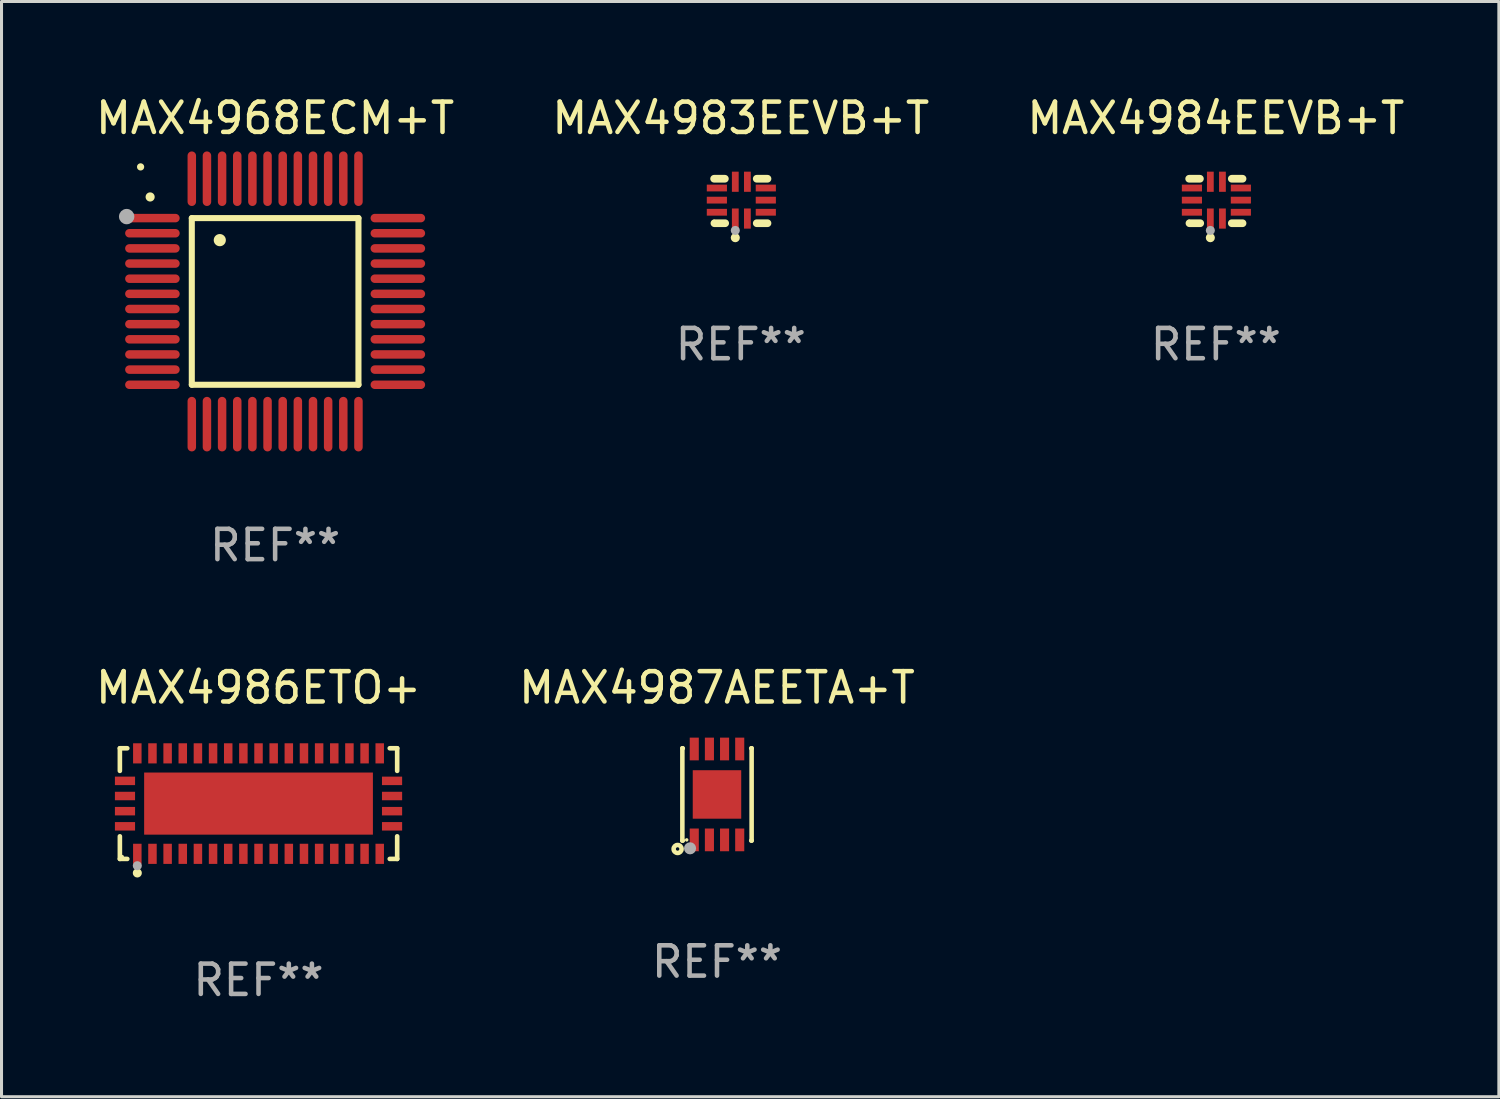
<source format=kicad_pcb>
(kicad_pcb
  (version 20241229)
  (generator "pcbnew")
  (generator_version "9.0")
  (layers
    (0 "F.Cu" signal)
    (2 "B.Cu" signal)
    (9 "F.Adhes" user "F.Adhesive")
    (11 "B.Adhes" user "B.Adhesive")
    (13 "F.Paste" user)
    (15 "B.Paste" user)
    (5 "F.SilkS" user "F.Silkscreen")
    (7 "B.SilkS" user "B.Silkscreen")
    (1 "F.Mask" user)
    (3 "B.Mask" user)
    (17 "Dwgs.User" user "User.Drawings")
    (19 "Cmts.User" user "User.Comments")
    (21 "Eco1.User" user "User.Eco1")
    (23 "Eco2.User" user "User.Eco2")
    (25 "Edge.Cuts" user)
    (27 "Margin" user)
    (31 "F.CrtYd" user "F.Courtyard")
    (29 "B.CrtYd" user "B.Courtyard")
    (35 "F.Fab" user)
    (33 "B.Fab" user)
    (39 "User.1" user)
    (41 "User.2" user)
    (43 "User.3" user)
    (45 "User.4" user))
  (footprint "MAX4983EEVB+T"
    (layer "F.Cu")
    (at 21.399 3.583)
    (property "Reference" "MAX4983EEVB+T" (at 0 -2.734 0) (layer "F.SilkS") (effects (font (size 1 1) (thickness 0.15))))
    (attr through_hole)
    (fp_line (start -0.881 -0.734) (end -0.526 -0.734) (stroke (width 0.254) (type solid)) (layer "F.SilkS"))
    (fp_line (start -0.871 0.734) (end -0.516 0.734) (stroke (width 0.254) (type solid)) (layer "F.SilkS"))
    (fp_line (start 0.526 -0.734) (end 0.881 -0.734) (stroke (width 0.254) (type solid)) (layer "F.SilkS"))
    (fp_line (start 0.526 0.734) (end 0.881 0.734) (stroke (width 0.254) (type solid)) (layer "F.SilkS"))
    (fp_circle (center -0.882 0.672) (end -0.852 0.672) (stroke (width 0.06) (type solid)) (fill no) (layer "F.SilkS"))
    (fp_circle (center -0.182 1.212) (end -0.107 1.212) (stroke (width 0.15) (type solid)) (fill no) (layer "F.SilkS"))
    (fp_circle (center -0.182 0.972) (end -0.107 0.972) (stroke (width 0.15) (type solid)) (fill no) (layer "F.Fab"))
    (fp_text user "REF**" (at 0 4.734 0) (layer "F.Fab") (effects (font (size 1 1) (thickness 0.15))))
    (pad "1" smd rect (at -0.182 0.58) (size 0.224 0.665) (layers "F.Cu" "F.Mask" "F.Paste"))
    (pad "2" smd rect (at 0.217 0.58) (size 0.224 0.665) (layers "F.Cu" "F.Mask" "F.Paste"))
    (pad "3" smd rect (at 0.825 0.372) (size 0.665 0.224) (layers "F.Cu" "F.Mask" "F.Paste"))
    (pad "4" smd rect (at 0.825 -0.028) (size 0.665 0.224) (layers "F.Cu" "F.Mask" "F.Paste"))
    (pad "5" smd rect (at 0.825 -0.428) (size 0.665 0.224) (layers "F.Cu" "F.Mask" "F.Paste"))
    (pad "6" smd rect (at 0.217 -0.635) (size 0.224 0.665) (layers "F.Cu" "F.Mask" "F.Paste"))
    (pad "7" smd rect (at -0.182 -0.635) (size 0.224 0.665) (layers "F.Cu" "F.Mask" "F.Paste"))
    (pad "8" smd rect (at -0.79 -0.428) (size 0.665 0.224) (layers "F.Cu" "F.Mask" "F.Paste"))
    (pad "9" smd rect (at -0.79 -0.028) (size 0.665 0.224) (layers "F.Cu" "F.Mask" "F.Paste"))
    (pad "10" smd rect (at -0.79 0.372) (size 0.665 0.224) (layers "F.Cu" "F.Mask" "F.Paste")))
  (footprint "MAX4986ETO+"
    (layer "F.Cu")
    (at 5.482 23.471)
    (property "Reference" "MAX4986ETO+" (at 0 -3.826 0) (layer "F.SilkS") (effects (font (size 1 1) (thickness 0.15))))
    (attr through_hole)
    (fp_line (start -4.576 -1.826) (end -4.331 -1.826) (stroke (width 0.152) (type solid)) (layer "F.SilkS"))
    (fp_line (start -4.576 -1.08) (end -4.576 -1.826) (stroke (width 0.152) (type solid)) (layer "F.SilkS"))
    (fp_line (start -4.576 1.08) (end -4.576 1.826) (stroke (width 0.152) (type solid)) (layer "F.SilkS"))
    (fp_line (start -4.576 1.826) (end -4.331 1.826) (stroke (width 0.152) (type solid)) (layer "F.SilkS"))
    (fp_line (start 4.576 -1.826) (end 4.331 -1.826) (stroke (width 0.152) (type solid)) (layer "F.SilkS"))
    (fp_line (start 4.576 -1.08) (end 4.576 -1.826) (stroke (width 0.152) (type solid)) (layer "F.SilkS"))
    (fp_line (start 4.576 1.08) (end 4.576 1.826) (stroke (width 0.152) (type solid)) (layer "F.SilkS"))
    (fp_line (start 4.576 1.826) (end 4.331 1.826) (stroke (width 0.152) (type solid)) (layer "F.SilkS"))
    (fp_circle (center -4.5 1.75) (end -4.47 1.75) (stroke (width 0.06) (type solid)) (fill no) (layer "F.SilkS"))
    (fp_circle (center -4 2.29) (end -3.925 2.29) (stroke (width 0.15) (type solid)) (fill no) (layer "F.SilkS"))
    (fp_circle (center -4 2.05) (end -3.925 2.05) (stroke (width 0.15) (type solid)) (fill no) (layer "F.Fab"))
    (fp_text user "REF**" (at 0 5.826 0) (layer "F.Fab") (effects (font (size 1 1) (thickness 0.15))))
    (pad "1" smd rect (at -4 1.658) (size 0.28 0.665) (layers "F.Cu" "F.Mask" "F.Paste"))
    (pad "2" smd rect (at -3.5 1.658) (size 0.28 0.665) (layers "F.Cu" "F.Mask" "F.Paste"))
    (pad "3" smd rect (at -3 1.658) (size 0.28 0.665) (layers "F.Cu" "F.Mask" "F.Paste"))
    (pad "4" smd rect (at -2.5 1.658) (size 0.28 0.665) (layers "F.Cu" "F.Mask" "F.Paste"))
    (pad "5" smd rect (at -2 1.658) (size 0.28 0.665) (layers "F.Cu" "F.Mask" "F.Paste"))
    (pad "6" smd rect (at -1.5 1.658) (size 0.28 0.665) (layers "F.Cu" "F.Mask" "F.Paste"))
    (pad "7" smd rect (at -1 1.658) (size 0.28 0.665) (layers "F.Cu" "F.Mask" "F.Paste"))
    (pad "8" smd rect (at -0.5 1.658) (size 0.28 0.665) (layers "F.Cu" "F.Mask" "F.Paste"))
    (pad "9" smd rect (at 0 1.658) (size 0.28 0.665) (layers "F.Cu" "F.Mask" "F.Paste"))
    (pad "10" smd rect (at 0.5 1.658) (size 0.28 0.665) (layers "F.Cu" "F.Mask" "F.Paste"))
    (pad "11" smd rect (at 1 1.658) (size 0.28 0.665) (layers "F.Cu" "F.Mask" "F.Paste"))
    (pad "12" smd rect (at 1.5 1.658) (size 0.28 0.665) (layers "F.Cu" "F.Mask" "F.Paste"))
    (pad "13" smd rect (at 2 1.658) (size 0.28 0.665) (layers "F.Cu" "F.Mask" "F.Paste"))
    (pad "14" smd rect (at 2.5 1.658) (size 0.28 0.665) (layers "F.Cu" "F.Mask" "F.Paste"))
    (pad "15" smd rect (at 3 1.658) (size 0.28 0.665) (layers "F.Cu" "F.Mask" "F.Paste"))
    (pad "16" smd rect (at 3.5 1.658) (size 0.28 0.665) (layers "F.Cu" "F.Mask" "F.Paste"))
    (pad "17" smd rect (at 4 1.658) (size 0.28 0.665) (layers "F.Cu" "F.Mask" "F.Paste"))
    (pad "18" smd rect (at 4.407 0.75) (size 0.665 0.28) (layers "F.Cu" "F.Mask" "F.Paste"))
    (pad "19" smd rect (at 4.407 0.25) (size 0.665 0.28) (layers "F.Cu" "F.Mask" "F.Paste"))
    (pad "20" smd rect (at 4.407 -0.25) (size 0.665 0.28) (layers "F.Cu" "F.Mask" "F.Paste"))
    (pad "21" smd rect (at 4.407 -0.75) (size 0.665 0.28) (layers "F.Cu" "F.Mask" "F.Paste"))
    (pad "22" smd rect (at 4 -1.658) (size 0.28 0.665) (layers "F.Cu" "F.Mask" "F.Paste"))
    (pad "23" smd rect (at 3.5 -1.658) (size 0.28 0.665) (layers "F.Cu" "F.Mask" "F.Paste"))
    (pad "24" smd rect (at 3 -1.658) (size 0.28 0.665) (layers "F.Cu" "F.Mask" "F.Paste"))
    (pad "25" smd rect (at 2.5 -1.658) (size 0.28 0.665) (layers "F.Cu" "F.Mask" "F.Paste"))
    (pad "26" smd rect (at 2 -1.658) (size 0.28 0.665) (layers "F.Cu" "F.Mask" "F.Paste"))
    (pad "27" smd rect (at 1.5 -1.658) (size 0.28 0.665) (layers "F.Cu" "F.Mask" "F.Paste"))
    (pad "28" smd rect (at 1 -1.658) (size 0.28 0.665) (layers "F.Cu" "F.Mask" "F.Paste"))
    (pad "29" smd rect (at 0.5 -1.658) (size 0.28 0.665) (layers "F.Cu" "F.Mask" "F.Paste"))
    (pad "30" smd rect (at 0 -1.658) (size 0.28 0.665) (layers "F.Cu" "F.Mask" "F.Paste"))
    (pad "31" smd rect (at -0.5 -1.658) (size 0.28 0.665) (layers "F.Cu" "F.Mask" "F.Paste"))
    (pad "32" smd rect (at -1 -1.658) (size 0.28 0.665) (layers "F.Cu" "F.Mask" "F.Paste"))
    (pad "33" smd rect (at -1.5 -1.658) (size 0.28 0.665) (layers "F.Cu" "F.Mask" "F.Paste"))
    (pad "34" smd rect (at -2 -1.658) (size 0.28 0.665) (layers "F.Cu" "F.Mask" "F.Paste"))
    (pad "35" smd rect (at -2.5 -1.658) (size 0.28 0.665) (layers "F.Cu" "F.Mask" "F.Paste"))
    (pad "36" smd rect (at -3 -1.658) (size 0.28 0.665) (layers "F.Cu" "F.Mask" "F.Paste"))
    (pad "37" smd rect (at -3.5 -1.658) (size 0.28 0.665) (layers "F.Cu" "F.Mask" "F.Paste"))
    (pad "38" smd rect (at -4 -1.658) (size 0.28 0.665) (layers "F.Cu" "F.Mask" "F.Paste"))
    (pad "39" smd rect (at -4.407 -0.75) (size 0.665 0.28) (layers "F.Cu" "F.Mask" "F.Paste"))
    (pad "40" smd rect (at -4.407 -0.25) (size 0.665 0.28) (layers "F.Cu" "F.Mask" "F.Paste"))
    (pad "41" smd rect (at -4.407 0.25) (size 0.665 0.28) (layers "F.Cu" "F.Mask" "F.Paste"))
    (pad "42" smd rect (at -4.407 0.75) (size 0.665 0.28) (layers "F.Cu" "F.Mask" "F.Paste"))
    (pad "43" smd rect (at 0 0) (size 7.55 2.05) (layers "F.Cu" "F.Mask" "F.Paste")))
  (footprint "MAX4968ECM+T"
    (layer "F.Cu")
    (at 6.03 6.898)
    (property "Reference" "MAX4968ECM+T" (at 0 -6.05 0) (layer "F.SilkS") (effects (font (size 1 1) (thickness 0.15))))
    (attr through_hole)
    (fp_line (start -2.75 -2.75) (end 2.75 -2.75) (stroke (width 0.2) (type solid)) (layer "F.SilkS"))
    (fp_line (start -2.75 2.75) (end -2.75 -2.75) (stroke (width 0.2) (type solid)) (layer "F.SilkS"))
    (fp_line (start 2.75 -2.75) (end 2.75 2.75) (stroke (width 0.2) (type solid)) (layer "F.SilkS"))
    (fp_line (start 2.75 2.75) (end -2.75 2.75) (stroke (width 0.2) (type solid)) (layer "F.SilkS"))
    (fp_arc (start -4.124968 -3.446787) (mid -4.124973 -3.448057) (end -4.124968 -3.449327) (stroke (width 0.3) (type solid)) (layer "F.SilkS"))
    (fp_arc (start -1.826264 -2.021844) (mid -1.826268 -2.023114) (end -1.826264 -2.024384) (stroke (width 0.4) (type solid)) (layer "F.SilkS"))
    (fp_circle (center -4.44 -4.44) (end -4.38 -4.44) (stroke (width 0.12) (type solid)) (fill no) (layer "F.SilkS"))
    (fp_circle (center -4.9 -2.8) (end -4.773 -2.8) (stroke (width 0.254) (type solid)) (fill no) (layer "F.Fab"))
    (fp_text user "REF**" (at 0 8.05 0) (layer "F.Fab") (effects (font (size 1 1) (thickness 0.15))))
    (pad "1" smd oval (at -4.05 -2.75 90) (size 0.28 1.8) (layers "F.Cu" "F.Mask" "F.Paste"))
    (pad "2" smd oval (at -4.05 -2.25 90) (size 0.28 1.8) (layers "F.Cu" "F.Mask" "F.Paste"))
    (pad "3" smd oval (at -4.05 -1.75 90) (size 0.28 1.8) (layers "F.Cu" "F.Mask" "F.Paste"))
    (pad "4" smd oval (at -4.05 -1.25 90) (size 0.28 1.8) (layers "F.Cu" "F.Mask" "F.Paste"))
    (pad "5" smd oval (at -4.05 -0.75 90) (size 0.28 1.8) (layers "F.Cu" "F.Mask" "F.Paste"))
    (pad "6" smd oval (at -4.05 -0.25 90) (size 0.28 1.8) (layers "F.Cu" "F.Mask" "F.Paste"))
    (pad "7" smd oval (at -4.05 0.25 90) (size 0.28 1.8) (layers "F.Cu" "F.Mask" "F.Paste"))
    (pad "8" smd oval (at -4.05 0.75 90) (size 0.28 1.8) (layers "F.Cu" "F.Mask" "F.Paste"))
    (pad "9" smd oval (at -4.05 1.25 90) (size 0.28 1.8) (layers "F.Cu" "F.Mask" "F.Paste"))
    (pad "10" smd oval (at -4.05 1.75 90) (size 0.28 1.8) (layers "F.Cu" "F.Mask" "F.Paste"))
    (pad "11" smd oval (at -4.05 2.25 90) (size 0.28 1.8) (layers "F.Cu" "F.Mask" "F.Paste"))
    (pad "12" smd oval (at -4.05 2.75 90) (size 0.28 1.8) (layers "F.Cu" "F.Mask" "F.Paste"))
    (pad "13" smd oval (at -2.75 4.05) (size 0.28 1.8) (layers "F.Cu" "F.Mask" "F.Paste"))
    (pad "14" smd oval (at -2.25 4.05) (size 0.28 1.8) (layers "F.Cu" "F.Mask" "F.Paste"))
    (pad "15" smd oval (at -1.75 4.05) (size 0.28 1.8) (layers "F.Cu" "F.Mask" "F.Paste"))
    (pad "16" smd oval (at -1.25 4.05) (size 0.28 1.8) (layers "F.Cu" "F.Mask" "F.Paste"))
    (pad "17" smd oval (at -0.75 4.05) (size 0.28 1.8) (layers "F.Cu" "F.Mask" "F.Paste"))
    (pad "18" smd oval (at -0.25 4.05) (size 0.28 1.8) (layers "F.Cu" "F.Mask" "F.Paste"))
    (pad "19" smd oval (at 0.25 4.05) (size 0.28 1.8) (layers "F.Cu" "F.Mask" "F.Paste"))
    (pad "20" smd oval (at 0.75 4.05) (size 0.28 1.8) (layers "F.Cu" "F.Mask" "F.Paste"))
    (pad "21" smd oval (at 1.25 4.05) (size 0.28 1.8) (layers "F.Cu" "F.Mask" "F.Paste"))
    (pad "22" smd oval (at 1.75 4.05) (size 0.28 1.8) (layers "F.Cu" "F.Mask" "F.Paste"))
    (pad "23" smd oval (at 2.25 4.05) (size 0.28 1.8) (layers "F.Cu" "F.Mask" "F.Paste"))
    (pad "24" smd oval (at 2.75 4.05) (size 0.28 1.8) (layers "F.Cu" "F.Mask" "F.Paste"))
    (pad "25" smd oval (at 4.05 2.75 90) (size 0.28 1.8) (layers "F.Cu" "F.Mask" "F.Paste"))
    (pad "26" smd oval (at 4.05 2.25 90) (size 0.28 1.8) (layers "F.Cu" "F.Mask" "F.Paste"))
    (pad "27" smd oval (at 4.05 1.75 90) (size 0.28 1.8) (layers "F.Cu" "F.Mask" "F.Paste"))
    (pad "28" smd oval (at 4.05 1.25 90) (size 0.28 1.8) (layers "F.Cu" "F.Mask" "F.Paste"))
    (pad "29" smd oval (at 4.05 0.75 90) (size 0.28 1.8) (layers "F.Cu" "F.Mask" "F.Paste"))
    (pad "30" smd oval (at 4.05 0.25 90) (size 0.28 1.8) (layers "F.Cu" "F.Mask" "F.Paste"))
    (pad "31" smd oval (at 4.05 -0.25 90) (size 0.28 1.8) (layers "F.Cu" "F.Mask" "F.Paste"))
    (pad "32" smd oval (at 4.05 -0.75 90) (size 0.28 1.8) (layers "F.Cu" "F.Mask" "F.Paste"))
    (pad "33" smd oval (at 4.05 -1.25 90) (size 0.28 1.8) (layers "F.Cu" "F.Mask" "F.Paste"))
    (pad "34" smd oval (at 4.05 -1.75 90) (size 0.28 1.8) (layers "F.Cu" "F.Mask" "F.Paste"))
    (pad "35" smd oval (at 4.05 -2.25 90) (size 0.28 1.8) (layers "F.Cu" "F.Mask" "F.Paste"))
    (pad "36" smd oval (at 4.05 -2.75 90) (size 0.28 1.8) (layers "F.Cu" "F.Mask" "F.Paste"))
    (pad "37" smd oval (at 2.75 -4.05) (size 0.28 1.8) (layers "F.Cu" "F.Mask" "F.Paste"))
    (pad "38" smd oval (at 2.25 -4.05) (size 0.28 1.8) (layers "F.Cu" "F.Mask" "F.Paste"))
    (pad "39" smd oval (at 1.75 -4.05) (size 0.28 1.8) (layers "F.Cu" "F.Mask" "F.Paste"))
    (pad "40" smd oval (at 1.25 -4.05) (size 0.28 1.8) (layers "F.Cu" "F.Mask" "F.Paste"))
    (pad "41" smd oval (at 0.75 -4.05) (size 0.28 1.8) (layers "F.Cu" "F.Mask" "F.Paste"))
    (pad "42" smd oval (at 0.25 -4.05) (size 0.28 1.8) (layers "F.Cu" "F.Mask" "F.Paste"))
    (pad "43" smd oval (at -0.25 -4.05) (size 0.28 1.8) (layers "F.Cu" "F.Mask" "F.Paste"))
    (pad "44" smd oval (at -0.75 -4.05) (size 0.28 1.8) (layers "F.Cu" "F.Mask" "F.Paste"))
    (pad "45" smd oval (at -1.25 -4.05) (size 0.28 1.8) (layers "F.Cu" "F.Mask" "F.Paste"))
    (pad "46" smd oval (at -1.75 -4.05) (size 0.28 1.8) (layers "F.Cu" "F.Mask" "F.Paste"))
    (pad "47" smd oval (at -2.25 -4.05) (size 0.28 1.8) (layers "F.Cu" "F.Mask" "F.Paste"))
    (pad "48" smd oval (at -2.75 -4.05) (size 0.28 1.8) (layers "F.Cu" "F.Mask" "F.Paste")))
  (footprint "MAX4984EEVB+T"
    (layer "F.Cu")
    (at 37.077 3.583)
    (property "Reference" "MAX4984EEVB+T" (at 0 -2.734 0) (layer "F.SilkS") (effects (font (size 1 1) (thickness 0.15))))
    (attr through_hole)
    (fp_line (start -0.881 -0.734) (end -0.526 -0.734) (stroke (width 0.254) (type solid)) (layer "F.SilkS"))
    (fp_line (start -0.871 0.734) (end -0.516 0.734) (stroke (width 0.254) (type solid)) (layer "F.SilkS"))
    (fp_line (start 0.526 -0.734) (end 0.881 -0.734) (stroke (width 0.254) (type solid)) (layer "F.SilkS"))
    (fp_line (start 0.526 0.734) (end 0.881 0.734) (stroke (width 0.254) (type solid)) (layer "F.SilkS"))
    (fp_circle (center -0.882 0.672) (end -0.852 0.672) (stroke (width 0.06) (type solid)) (fill no) (layer "F.SilkS"))
    (fp_circle (center -0.182 1.212) (end -0.107 1.212) (stroke (width 0.15) (type solid)) (fill no) (layer "F.SilkS"))
    (fp_circle (center -0.182 0.972) (end -0.107 0.972) (stroke (width 0.15) (type solid)) (fill no) (layer "F.Fab"))
    (fp_text user "REF**" (at 0 4.734 0) (layer "F.Fab") (effects (font (size 1 1) (thickness 0.15))))
    (pad "1" smd rect (at -0.182 0.58) (size 0.224 0.665) (layers "F.Cu" "F.Mask" "F.Paste"))
    (pad "2" smd rect (at 0.217 0.58) (size 0.224 0.665) (layers "F.Cu" "F.Mask" "F.Paste"))
    (pad "3" smd rect (at 0.825 0.372) (size 0.665 0.224) (layers "F.Cu" "F.Mask" "F.Paste"))
    (pad "4" smd rect (at 0.825 -0.028) (size 0.665 0.224) (layers "F.Cu" "F.Mask" "F.Paste"))
    (pad "5" smd rect (at 0.825 -0.428) (size 0.665 0.224) (layers "F.Cu" "F.Mask" "F.Paste"))
    (pad "6" smd rect (at 0.217 -0.635) (size 0.224 0.665) (layers "F.Cu" "F.Mask" "F.Paste"))
    (pad "7" smd rect (at -0.182 -0.635) (size 0.224 0.665) (layers "F.Cu" "F.Mask" "F.Paste"))
    (pad "8" smd rect (at -0.79 -0.428) (size 0.665 0.224) (layers "F.Cu" "F.Mask" "F.Paste"))
    (pad "9" smd rect (at -0.79 -0.028) (size 0.665 0.224) (layers "F.Cu" "F.Mask" "F.Paste"))
    (pad "10" smd rect (at -0.79 0.372) (size 0.665 0.224) (layers "F.Cu" "F.Mask" "F.Paste")))
  (footprint "MAX4987AEETA+T"
    (layer "F.Cu")
    (at 20.613 23.169)
    (property "Reference" "MAX4987AEETA+T" (at 0 -3.524 0) (layer "F.SilkS") (effects (font (size 1 1) (thickness 0.15))))
    (attr through_hole)
    (fp_line (start -1.143 -1.524) (end -1.143 1.524) (stroke (width 0.15) (type solid)) (layer "F.SilkS"))
    (fp_line (start -1.143 1.524) (end -1.129 1.524) (stroke (width 0.15) (type solid)) (layer "F.SilkS"))
    (fp_line (start -1.129 -1.524) (end -1.143 -1.524) (stroke (width 0.15) (type solid)) (layer "F.SilkS"))
    (fp_line (start 1.129 1.524) (end 1.143 1.524) (stroke (width 0.15) (type solid)) (layer "F.SilkS"))
    (fp_line (start 1.143 -1.524) (end 1.129 -1.524) (stroke (width 0.15) (type solid)) (layer "F.SilkS"))
    (fp_line (start 1.143 1.524) (end 1.143 -1.524) (stroke (width 0.15) (type solid)) (layer "F.SilkS"))
    (fp_circle (center -1.3 1.8) (end -1.243 1.8) (stroke (width 0.15) (type solid)) (fill no) (layer "F.SilkS"))
    (fp_circle (center -1 1.5) (end -0.97 1.5) (stroke (width 0.06) (type solid)) (fill no) (layer "F.SilkS"))
    (fp_circle (center -0.889 1.778) (end -0.789 1.778) (stroke (width 0.2) (type solid)) (fill no) (layer "F.Fab"))
    (fp_text user "REF**" (at 0 5.524 0) (layer "F.Fab") (effects (font (size 1 1) (thickness 0.15))))
    (pad "1" smd rect (at -0.75 1.5 90) (size 0.75 0.3) (layers "F.Cu" "F.Mask" "F.Paste"))
    (pad "2" smd rect (at -0.25 1.5 90) (size 0.75 0.3) (layers "F.Cu" "F.Mask" "F.Paste"))
    (pad "3" smd rect (at 0.25 1.5 90) (size 0.75 0.3) (layers "F.Cu" "F.Mask" "F.Paste"))
    (pad "4" smd rect (at 0.75 1.5 90) (size 0.75 0.3) (layers "F.Cu" "F.Mask" "F.Paste"))
    (pad "5" smd rect (at 0.75 -1.5 90) (size 0.75 0.3) (layers "F.Cu" "F.Mask" "F.Paste"))
    (pad "6" smd rect (at 0.25 -1.5 90) (size 0.75 0.3) (layers "F.Cu" "F.Mask" "F.Paste"))
    (pad "7" smd rect (at -0.25 -1.5 90) (size 0.75 0.3) (layers "F.Cu" "F.Mask" "F.Paste"))
    (pad "8" smd rect (at -0.75 -1.5 90) (size 0.75 0.3) (layers "F.Cu" "F.Mask" "F.Paste"))
    (pad "9" smd rect (at -0.000203 0.000457 90) (size 1.6 1.6) (layers "F.Cu" "F.Mask" "F.Paste")))
  (gr_rect
    (start -3 -3)
    (end 46.417 33.146)
    (stroke (width 0.1) (type default))
    (fill no)
    (layer "Edge.Cuts")))
</source>
